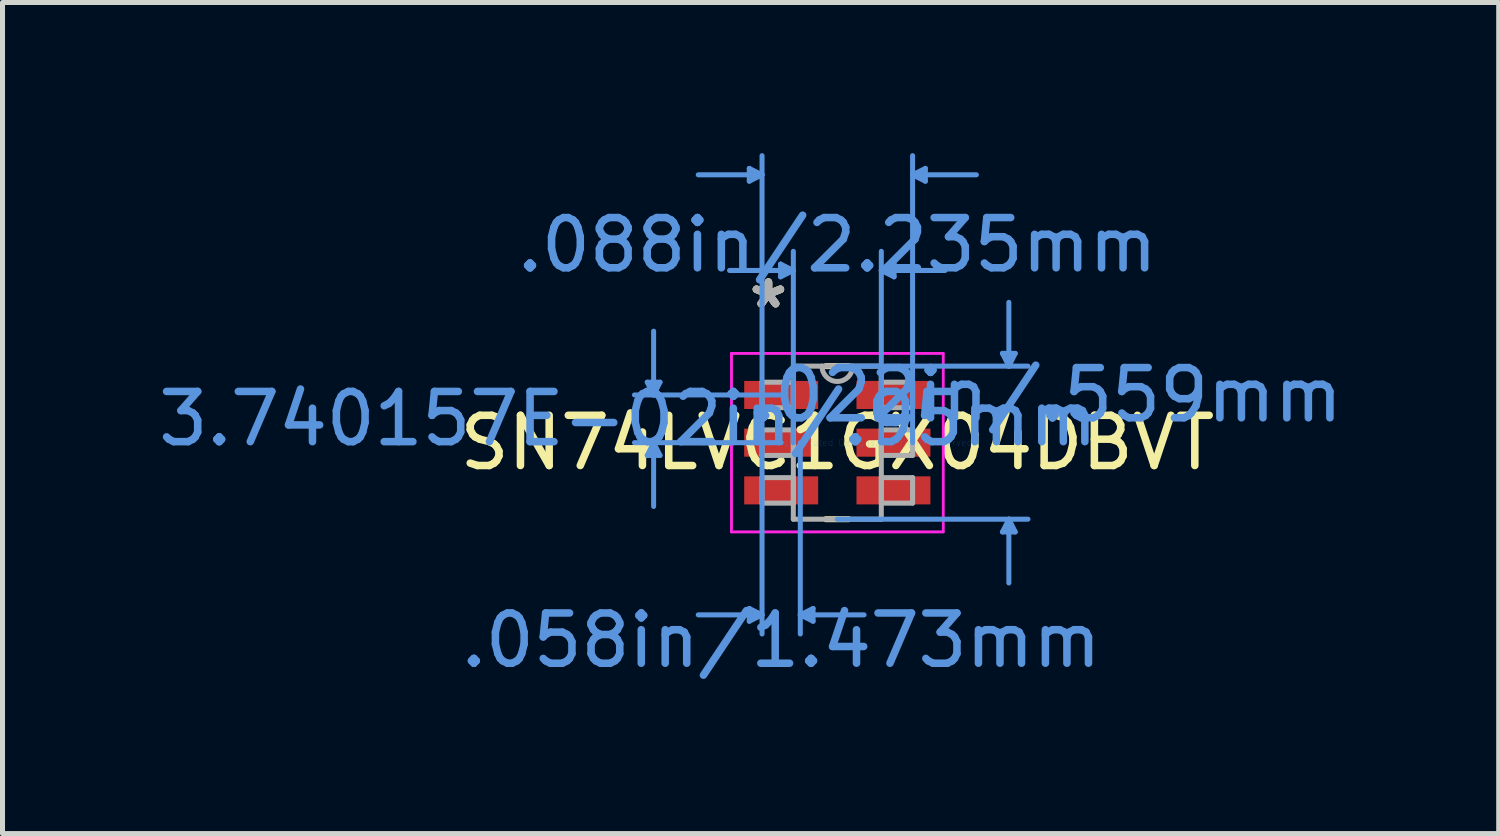
<source format=kicad_pcb>
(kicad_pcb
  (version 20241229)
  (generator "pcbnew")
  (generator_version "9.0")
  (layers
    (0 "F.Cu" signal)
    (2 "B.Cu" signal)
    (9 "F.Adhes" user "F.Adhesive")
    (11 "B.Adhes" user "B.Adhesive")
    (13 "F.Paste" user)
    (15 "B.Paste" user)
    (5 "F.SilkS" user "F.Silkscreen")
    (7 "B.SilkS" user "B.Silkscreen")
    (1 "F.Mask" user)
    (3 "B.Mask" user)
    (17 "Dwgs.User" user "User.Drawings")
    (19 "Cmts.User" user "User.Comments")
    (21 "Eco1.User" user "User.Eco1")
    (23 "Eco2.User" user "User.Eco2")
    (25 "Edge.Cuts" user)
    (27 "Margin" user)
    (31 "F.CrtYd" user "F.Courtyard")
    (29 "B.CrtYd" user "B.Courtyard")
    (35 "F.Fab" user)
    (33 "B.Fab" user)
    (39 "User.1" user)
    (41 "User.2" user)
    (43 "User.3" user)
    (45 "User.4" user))
  (footprint "SN74LVC1GX04DBVT"
    (layer "F.Cu")
    (at 13.624 5.765)
    (property "Reference" "SN74LVC1GX04DBVT" (at 0 0 0) (layer "F.SilkS") (effects (font (size 1 1) (thickness 0.15))))
    (attr through_hole)
    (fp_line (start -0.226 1.524) (end 0.226 1.524) (stroke (width 0.12) (type solid)) (layer "F.SilkS"))
    (fp_line (start 0.226 -1.524) (end -0.226 -1.524) (stroke (width 0.12) (type solid)) (layer "F.SilkS"))
    (fp_line (start -3.785 -1.204) (end -3.531 -1.204) (stroke (width 0.1) (type solid)) (layer "Cmts.User"))
    (fp_line (start -3.785 0.254) (end -3.531 0.254) (stroke (width 0.1) (type solid)) (layer "Cmts.User"))
    (fp_line (start -3.658 -0.95) (end -3.785 -1.204) (stroke (width 0.1) (type solid)) (layer "Cmts.User"))
    (fp_line (start -3.658 -0.95) (end -3.658 -2.22) (stroke (width 0.1) (type solid)) (layer "Cmts.User"))
    (fp_line (start -3.658 -0.95) (end -3.531 -1.204) (stroke (width 0.1) (type solid)) (layer "Cmts.User"))
    (fp_line (start -3.658 0) (end -3.785 0.254) (stroke (width 0.1) (type solid)) (layer "Cmts.User"))
    (fp_line (start -3.658 0) (end -3.658 1.27) (stroke (width 0.1) (type solid)) (layer "Cmts.User"))
    (fp_line (start -3.658 0) (end -3.531 0.254) (stroke (width 0.1) (type solid)) (layer "Cmts.User"))
    (fp_line (start -1.753 -5.461) (end -1.753 -5.207) (stroke (width 0.1) (type solid)) (layer "Cmts.User"))
    (fp_line (start -1.753 3.302) (end -1.753 3.556) (stroke (width 0.1) (type solid)) (layer "Cmts.User"))
    (fp_line (start -1.499 -5.334) (end -2.769 -5.334) (stroke (width 0.1) (type solid)) (layer "Cmts.User"))
    (fp_line (start -1.499 -5.334) (end -1.753 -5.461) (stroke (width 0.1) (type solid)) (layer "Cmts.User"))
    (fp_line (start -1.499 -5.334) (end -1.753 -5.207) (stroke (width 0.1) (type solid)) (layer "Cmts.User"))
    (fp_line (start -1.499 0) (end -1.499 -5.715) (stroke (width 0.1) (type solid)) (layer "Cmts.User"))
    (fp_line (start -1.499 0) (end -1.499 3.81) (stroke (width 0.1) (type solid)) (layer "Cmts.User"))
    (fp_line (start -1.499 3.429) (end -2.769 3.429) (stroke (width 0.1) (type solid)) (layer "Cmts.User"))
    (fp_line (start -1.499 3.429) (end -1.753 3.302) (stroke (width 0.1) (type solid)) (layer "Cmts.User"))
    (fp_line (start -1.499 3.429) (end -1.753 3.556) (stroke (width 0.1) (type solid)) (layer "Cmts.User"))
    (fp_line (start -1.13 -3.556) (end -1.13 -3.302) (stroke (width 0.1) (type solid)) (layer "Cmts.User"))
    (fp_line (start -1.118 -0.95) (end -4.039 -0.95) (stroke (width 0.1) (type solid)) (layer "Cmts.User"))
    (fp_line (start -1.118 0) (end -4.039 0) (stroke (width 0.1) (type solid)) (layer "Cmts.User"))
    (fp_line (start -0.876 -3.429) (end -2.146 -3.429) (stroke (width 0.1) (type solid)) (layer "Cmts.User"))
    (fp_line (start -0.876 -3.429) (end -1.13 -3.556) (stroke (width 0.1) (type solid)) (layer "Cmts.User"))
    (fp_line (start -0.876 -3.429) (end -1.13 -3.302) (stroke (width 0.1) (type solid)) (layer "Cmts.User"))
    (fp_line (start -0.876 0) (end -0.876 -3.81) (stroke (width 0.1) (type solid)) (layer "Cmts.User"))
    (fp_line (start -0.737 0) (end -0.737 3.81) (stroke (width 0.1) (type solid)) (layer "Cmts.User"))
    (fp_line (start -0.737 3.429) (end -0.483 3.302) (stroke (width 0.1) (type solid)) (layer "Cmts.User"))
    (fp_line (start -0.737 3.429) (end -0.483 3.556) (stroke (width 0.1) (type solid)) (layer "Cmts.User"))
    (fp_line (start -0.737 3.429) (end 0.533 3.429) (stroke (width 0.1) (type solid)) (layer "Cmts.User"))
    (fp_line (start -0.483 3.302) (end -0.483 3.556) (stroke (width 0.1) (type solid)) (layer "Cmts.User"))
    (fp_line (start 0 -1.524) (end 3.797 -1.524) (stroke (width 0.1) (type solid)) (layer "Cmts.User"))
    (fp_line (start 0 1.524) (end 3.797 1.524) (stroke (width 0.1) (type solid)) (layer "Cmts.User"))
    (fp_line (start 0.876 -3.429) (end 1.13 -3.556) (stroke (width 0.1) (type solid)) (layer "Cmts.User"))
    (fp_line (start 0.876 -3.429) (end 1.13 -3.302) (stroke (width 0.1) (type solid)) (layer "Cmts.User"))
    (fp_line (start 0.876 -3.429) (end 2.146 -3.429) (stroke (width 0.1) (type solid)) (layer "Cmts.User"))
    (fp_line (start 0.876 0) (end 0.876 -3.81) (stroke (width 0.1) (type solid)) (layer "Cmts.User"))
    (fp_line (start 1.13 -3.556) (end 1.13 -3.302) (stroke (width 0.1) (type solid)) (layer "Cmts.User"))
    (fp_line (start 1.499 -5.334) (end 1.753 -5.461) (stroke (width 0.1) (type solid)) (layer "Cmts.User"))
    (fp_line (start 1.499 -5.334) (end 1.753 -5.207) (stroke (width 0.1) (type solid)) (layer "Cmts.User"))
    (fp_line (start 1.499 -5.334) (end 2.769 -5.334) (stroke (width 0.1) (type solid)) (layer "Cmts.User"))
    (fp_line (start 1.499 0) (end 1.499 -5.715) (stroke (width 0.1) (type solid)) (layer "Cmts.User"))
    (fp_line (start 1.753 -5.461) (end 1.753 -5.207) (stroke (width 0.1) (type solid)) (layer "Cmts.User"))
    (fp_line (start 3.289 -1.778) (end 3.543 -1.778) (stroke (width 0.1) (type solid)) (layer "Cmts.User"))
    (fp_line (start 3.289 1.778) (end 3.543 1.778) (stroke (width 0.1) (type solid)) (layer "Cmts.User"))
    (fp_line (start 3.416 -1.524) (end 3.289 -1.778) (stroke (width 0.1) (type solid)) (layer "Cmts.User"))
    (fp_line (start 3.416 -1.524) (end 3.416 -2.794) (stroke (width 0.1) (type solid)) (layer "Cmts.User"))
    (fp_line (start 3.416 -1.524) (end 3.543 -1.778) (stroke (width 0.1) (type solid)) (layer "Cmts.User"))
    (fp_line (start 3.416 1.524) (end 3.289 1.778) (stroke (width 0.1) (type solid)) (layer "Cmts.User"))
    (fp_line (start 3.416 1.524) (end 3.416 2.794) (stroke (width 0.1) (type solid)) (layer "Cmts.User"))
    (fp_line (start 3.416 1.524) (end 3.543 1.778) (stroke (width 0.1) (type solid)) (layer "Cmts.User"))
    (fp_line (start -2.108 -1.778) (end 2.108 -1.778) (stroke (width 0.05) (type solid)) (layer "F.CrtYd"))
    (fp_line (start -2.108 -1.778) (end 2.108 -1.778) (stroke (width 0.05) (type solid)) (layer "F.CrtYd"))
    (fp_line (start -2.108 1.778) (end -2.108 -1.778) (stroke (width 0.05) (type solid)) (layer "F.CrtYd"))
    (fp_line (start -2.108 1.778) (end -2.108 -1.778) (stroke (width 0.05) (type solid)) (layer "F.CrtYd"))
    (fp_line (start 2.108 -1.778) (end 2.108 1.778) (stroke (width 0.05) (type solid)) (layer "F.CrtYd"))
    (fp_line (start 2.108 -1.778) (end 2.108 1.778) (stroke (width 0.05) (type solid)) (layer "F.CrtYd"))
    (fp_line (start 2.108 1.778) (end -2.108 1.778) (stroke (width 0.05) (type solid)) (layer "F.CrtYd"))
    (fp_line (start 2.108 1.778) (end -2.108 1.778) (stroke (width 0.05) (type solid)) (layer "F.CrtYd"))
    (fp_line (start -1.499 -1.204) (end -1.499 -0.696) (stroke (width 0.1) (type solid)) (layer "F.Fab"))
    (fp_line (start -1.499 -0.696) (end -0.876 -0.696) (stroke (width 0.1) (type solid)) (layer "F.Fab"))
    (fp_line (start -1.499 -0.254) (end -1.499 0.254) (stroke (width 0.1) (type solid)) (layer "F.Fab"))
    (fp_line (start -1.499 0.254) (end -0.876 0.254) (stroke (width 0.1) (type solid)) (layer "F.Fab"))
    (fp_line (start -1.499 0.696) (end -1.499 1.204) (stroke (width 0.1) (type solid)) (layer "F.Fab"))
    (fp_line (start -1.499 1.204) (end -0.876 1.204) (stroke (width 0.1) (type solid)) (layer "F.Fab"))
    (fp_line (start -0.876 -1.524) (end -0.876 1.524) (stroke (width 0.1) (type solid)) (layer "F.Fab"))
    (fp_line (start -0.876 -1.204) (end -1.499 -1.204) (stroke (width 0.1) (type solid)) (layer "F.Fab"))
    (fp_line (start -0.876 -0.696) (end -0.876 -1.204) (stroke (width 0.1) (type solid)) (layer "F.Fab"))
    (fp_line (start -0.876 -0.254) (end -1.499 -0.254) (stroke (width 0.1) (type solid)) (layer "F.Fab"))
    (fp_line (start -0.876 0.254) (end -0.876 -0.254) (stroke (width 0.1) (type solid)) (layer "F.Fab"))
    (fp_line (start -0.876 0.696) (end -1.499 0.696) (stroke (width 0.1) (type solid)) (layer "F.Fab"))
    (fp_line (start -0.876 1.204) (end -0.876 0.696) (stroke (width 0.1) (type solid)) (layer "F.Fab"))
    (fp_line (start -0.876 1.524) (end 0.876 1.524) (stroke (width 0.1) (type solid)) (layer "F.Fab"))
    (fp_line (start 0.876 -1.524) (end -0.876 -1.524) (stroke (width 0.1) (type solid)) (layer "F.Fab"))
    (fp_line (start 0.876 -1.204) (end 0.876 -0.696) (stroke (width 0.1) (type solid)) (layer "F.Fab"))
    (fp_line (start 0.876 -0.696) (end 1.499 -0.696) (stroke (width 0.1) (type solid)) (layer "F.Fab"))
    (fp_line (start 0.876 -0.254) (end 0.876 0.254) (stroke (width 0.1) (type solid)) (layer "F.Fab"))
    (fp_line (start 0.876 0.254) (end 1.499 0.254) (stroke (width 0.1) (type solid)) (layer "F.Fab"))
    (fp_line (start 0.876 0.696) (end 0.876 1.204) (stroke (width 0.1) (type solid)) (layer "F.Fab"))
    (fp_line (start 0.876 1.204) (end 1.499 1.204) (stroke (width 0.1) (type solid)) (layer "F.Fab"))
    (fp_line (start 0.876 1.524) (end 0.876 -1.524) (stroke (width 0.1) (type solid)) (layer "F.Fab"))
    (fp_line (start 1.499 -1.204) (end 0.876 -1.204) (stroke (width 0.1) (type solid)) (layer "F.Fab"))
    (fp_line (start 1.499 -0.696) (end 1.499 -1.204) (stroke (width 0.1) (type solid)) (layer "F.Fab"))
    (fp_line (start 1.499 -0.254) (end 0.876 -0.254) (stroke (width 0.1) (type solid)) (layer "F.Fab"))
    (fp_line (start 1.499 0.254) (end 1.499 -0.254) (stroke (width 0.1) (type solid)) (layer "F.Fab"))
    (fp_line (start 1.499 0.696) (end 0.876 0.696) (stroke (width 0.1) (type solid)) (layer "F.Fab"))
    (fp_line (start 1.499 1.204) (end 1.499 0.696) (stroke (width 0.1) (type solid)) (layer "F.Fab"))
    (fp_arc (start 0.3048 -1.524) (mid 0 -1.2192) (end -0.3048 -1.524) (stroke (width 0.1) (type solid)) (layer "F.Fab"))
    (fp_text user "*" (at -1.372 -2.652 0) (layer "F.SilkS") (effects (font (size 1 1) (thickness 0.15))))
    (fp_text user "*" (at -1.372 -2.652 0) (layer "F.SilkS") (effects (font (size 1 1) (thickness 0.15))))
    (fp_text user "3.740157E-02in/.95mm" (at -4.166 -0.475 0) (layer "Cmts.User") (effects (font (size 1 1) (thickness 0.15))))
    (fp_text user ".058in/1.473mm" (at -1.118 3.937 0) (layer "Cmts.User") (effects (font (size 1 1) (thickness 0.15))))
    (fp_text user ".088in/2.235mm" (at 0 -3.937 0) (layer "Cmts.User") (effects (font (size 1 1) (thickness 0.15))))
    (fp_text user "Copyright 2021 Accelerated Designs. All rights reserved." (at 0 0 0) (layer "Cmts.User") (effects (font (size 0.127 0.127) (thickness 0.002))))
    (fp_text user ".022in/.559mm" (at 4.166 -0.95 0) (layer "Cmts.User") (effects (font (size 1 1) (thickness 0.15))))
    (fp_text user "*" (at -1.372 -2.652 0) (layer "F.Fab") (effects (font (size 1 1) (thickness 0.15))))
    (fp_text user "*" (at -1.372 -2.652 0) (layer "F.Fab") (effects (font (size 1 1) (thickness 0.15))))
    (pad "1" smd rect (at -1.118 -0.95) (size 1.473 0.559) (layers "F.Cu" "F.Mask" "F.Paste"))
    (pad "2" smd rect (at -1.118 0) (size 1.473 0.559) (layers "F.Cu" "F.Mask" "F.Paste"))
    (pad "3" smd rect (at -1.118 0.95) (size 1.473 0.559) (layers "F.Cu" "F.Mask" "F.Paste"))
    (pad "4" smd rect (at 1.118 0.95) (size 1.473 0.559) (layers "F.Cu" "F.Mask" "F.Paste"))
    (pad "5" smd rect (at 1.118 0) (size 1.473 0.559) (layers "F.Cu" "F.Mask" "F.Paste"))
    (pad "6" smd rect (at 1.118 -0.95) (size 1.473 0.559) (layers "F.Cu" "F.Mask" "F.Paste")))
  (gr_rect
    (start -3 -3)
    (end 26.795 13.55)
    (stroke (width 0.1) (type default))
    (fill no)
    (layer "Edge.Cuts")))
</source>
